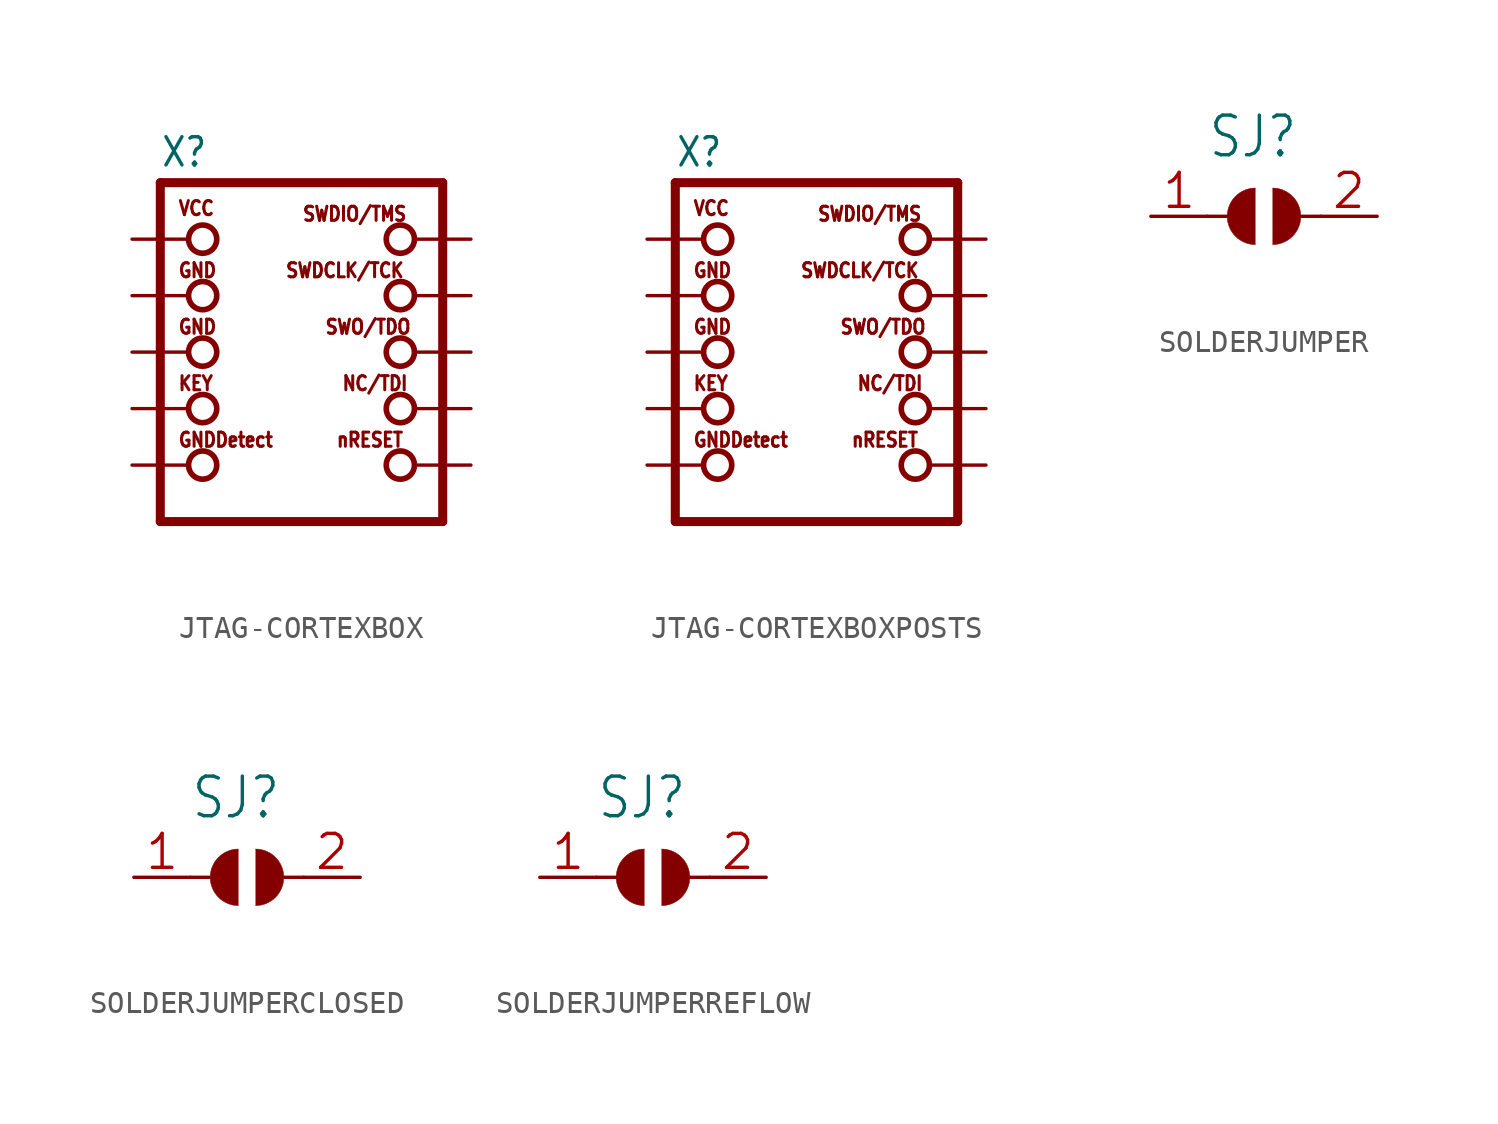
<source format=kicad_sym>
(kicad_symbol_lib
  (version 20241209)
  (generator "kicad_symbol_editor")
  (generator_version "9.0")
  (symbol "JTAG-CORTEXBOX"
    (property "Reference" "X"
      (at -6.35 8.255 0)
      (effects (font (size 1.27 1.079)) (justify left bottom)))
    (property "Value" ""
      (at -6.35 -9.525 0)
      (effects (font (size 1.27 1.079)) (justify left bottom)))
    (property "ki_locked" ""
      (at 0 0 0)
      (effects (font (size 1.27 1.27))))
    (symbol "JTAG-CORTEXBOX_1_0"
      (polyline (pts (xy -6.35 7.62) (xy -6.35 -7.62)) (stroke (width 0.406) (type solid)) (fill (type none)))
      (polyline (pts (xy -6.35 7.62) (xy 6.35 7.62)) (stroke (width 0.406) (type solid)) (fill (type none)))
      (circle (center -4.445 5.08) (radius 0.635) (stroke (width 0.254) (type solid)) (fill (type none)))
      (circle (center -4.445 2.54) (radius 0.635) (stroke (width 0.254) (type solid)) (fill (type none)))
      (circle (center -4.445 0) (radius 0.635) (stroke (width 0.254) (type solid)) (fill (type none)))
      (circle (center -4.445 -2.54) (radius 0.635) (stroke (width 0.254) (type solid)) (fill (type none)))
      (circle (center -4.445 -5.08) (radius 0.635) (stroke (width 0.254) (type solid)) (fill (type none)))
      (circle (center 4.445 5.08) (radius 0.635) (stroke (width 0.254) (type solid)) (fill (type none)))
      (circle (center 4.445 2.54) (radius 0.635) (stroke (width 0.254) (type solid)) (fill (type none)))
      (circle (center 4.445 0) (radius 0.635) (stroke (width 0.254) (type solid)) (fill (type none)))
      (circle (center 4.445 -2.54) (radius 0.635) (stroke (width 0.254) (type solid)) (fill (type none)))
      (circle (center 4.445 -5.08) (radius 0.635) (stroke (width 0.254) (type solid)) (fill (type none)))
      (polyline (pts (xy 6.35 -7.62) (xy -6.35 -7.62)) (stroke (width 0.406) (type solid)) (fill (type none)))
      (polyline (pts (xy 6.35 -7.62) (xy 6.35 7.62)) (stroke (width 0.406) (type solid)) (fill (type none)))
      (text "VCC" (at -5.588 6.096 0) (effects (font (size 0.635 0.54)) (justify left bottom)))
      (text "GND" (at -5.588 3.302 0) (effects (font (size 0.635 0.54)) (justify left bottom)))
      (text "GND" (at -5.588 0.762 0) (effects (font (size 0.635 0.54)) (justify left bottom)))
      (text "KEY" (at -5.588 -1.778 0) (effects (font (size 0.635 0.54)) (justify left bottom)))
      (text "GNDDetect" (at -5.588 -4.318 0) (effects (font (size 0.635 0.54)) (justify left bottom)))
      (text "SWDCLK/TCK" (at -0.762 3.302 0) (effects (font (size 0.635 0.54)) (justify left bottom)))
      (text "SWDIO/TMS" (at 0 5.842 0) (effects (font (size 0.635 0.54)) (justify left bottom)))
      (text "SWO/TDO" (at 1.016 0.762 0) (effects (font (size 0.635 0.54)) (justify left bottom)))
      (text "nRESET" (at 1.524 -4.318 0) (effects (font (size 0.635 0.54)) (justify left bottom)))
      (text "NC/TDI" (at 1.778 -1.778 0) (effects (font (size 0.635 0.54)) (justify left bottom)))
      (pin power_in line (at -7.62 5.08 0) (length 2.54) (name "VCC" (effects (font (size 0 0)))) (number "1" (effects (font (size 0 0)))))
      (pin power_in line (at -7.62 2.54 0) (length 2.54) (name "GND@1" (effects (font (size 0 0)))) (number "3" (effects (font (size 0 0)))))
      (pin power_in line (at -7.62 0 0) (length 2.54) (name "GND@2" (effects (font (size 0 0)))) (number "5" (effects (font (size 0 0)))))
      (pin bidirectional line (at -7.62 -2.54 0) (length 2.54) (name "KEY" (effects (font (size 0 0)))) (number "7" (effects (font (size 0 0)))))
      (pin bidirectional line (at -7.62 -5.08 0) (length 2.54) (name "GNDDETECT" (effects (font (size 0 0)))) (number "9" (effects (font (size 0 0)))))
      (pin bidirectional line (at 7.62 5.08 180) (length 2.54) (name "SWDIO" (effects (font (size 0 0)))) (number "2" (effects (font (size 0 0)))))
      (pin bidirectional line (at 7.62 2.54 180) (length 2.54) (name "SWDCLK" (effects (font (size 0 0)))) (number "4" (effects (font (size 0 0)))))
      (pin bidirectional line (at 7.62 0 180) (length 2.54) (name "SWO" (effects (font (size 0 0)))) (number "6" (effects (font (size 0 0)))))
      (pin bidirectional line (at 7.62 -2.54 180) (length 2.54) (name "TDI" (effects (font (size 0 0)))) (number "8" (effects (font (size 0 0)))))
      (pin bidirectional line (at 7.62 -5.08 180) (length 2.54) (name "NRESET" (effects (font (size 0 0)))) (number "10" (effects (font (size 0 0)))))))
  (symbol "JTAG-CORTEXBOXPOSTS"
    (property "Reference" "X"
      (at -6.35 8.255 0)
      (effects (font (size 1.27 1.079)) (justify left bottom)))
    (property "Value" ""
      (at -6.35 -9.525 0)
      (effects (font (size 1.27 1.079)) (justify left bottom)))
    (property "ki_locked" ""
      (at 0 0 0)
      (effects (font (size 1.27 1.27))))
    (symbol "JTAG-CORTEXBOXPOSTS_1_0"
      (polyline (pts (xy -6.35 7.62) (xy -6.35 -7.62)) (stroke (width 0.406) (type solid)) (fill (type none)))
      (polyline (pts (xy -6.35 7.62) (xy 6.35 7.62)) (stroke (width 0.406) (type solid)) (fill (type none)))
      (circle (center -4.445 5.08) (radius 0.635) (stroke (width 0.254) (type solid)) (fill (type none)))
      (circle (center -4.445 2.54) (radius 0.635) (stroke (width 0.254) (type solid)) (fill (type none)))
      (circle (center -4.445 0) (radius 0.635) (stroke (width 0.254) (type solid)) (fill (type none)))
      (circle (center -4.445 -2.54) (radius 0.635) (stroke (width 0.254) (type solid)) (fill (type none)))
      (circle (center -4.445 -5.08) (radius 0.635) (stroke (width 0.254) (type solid)) (fill (type none)))
      (circle (center 4.445 5.08) (radius 0.635) (stroke (width 0.254) (type solid)) (fill (type none)))
      (circle (center 4.445 2.54) (radius 0.635) (stroke (width 0.254) (type solid)) (fill (type none)))
      (circle (center 4.445 0) (radius 0.635) (stroke (width 0.254) (type solid)) (fill (type none)))
      (circle (center 4.445 -2.54) (radius 0.635) (stroke (width 0.254) (type solid)) (fill (type none)))
      (circle (center 4.445 -5.08) (radius 0.635) (stroke (width 0.254) (type solid)) (fill (type none)))
      (polyline (pts (xy 6.35 -7.62) (xy -6.35 -7.62)) (stroke (width 0.406) (type solid)) (fill (type none)))
      (polyline (pts (xy 6.35 -7.62) (xy 6.35 7.62)) (stroke (width 0.406) (type solid)) (fill (type none)))
      (text "VCC" (at -5.588 6.096 0) (effects (font (size 0.635 0.54)) (justify left bottom)))
      (text "GND" (at -5.588 3.302 0) (effects (font (size 0.635 0.54)) (justify left bottom)))
      (text "GND" (at -5.588 0.762 0) (effects (font (size 0.635 0.54)) (justify left bottom)))
      (text "KEY" (at -5.588 -1.778 0) (effects (font (size 0.635 0.54)) (justify left bottom)))
      (text "GNDDetect" (at -5.588 -4.318 0) (effects (font (size 0.635 0.54)) (justify left bottom)))
      (text "SWDCLK/TCK" (at -0.762 3.302 0) (effects (font (size 0.635 0.54)) (justify left bottom)))
      (text "SWDIO/TMS" (at 0 5.842 0) (effects (font (size 0.635 0.54)) (justify left bottom)))
      (text "SWO/TDO" (at 1.016 0.762 0) (effects (font (size 0.635 0.54)) (justify left bottom)))
      (text "nRESET" (at 1.524 -4.318 0) (effects (font (size 0.635 0.54)) (justify left bottom)))
      (text "NC/TDI" (at 1.778 -1.778 0) (effects (font (size 0.635 0.54)) (justify left bottom)))
      (pin power_in line (at -7.62 5.08 0) (length 2.54) (name "VCC" (effects (font (size 0 0)))) (number "1" (effects (font (size 0 0)))))
      (pin power_in line (at -7.62 2.54 0) (length 2.54) (name "GND@1" (effects (font (size 0 0)))) (number "3" (effects (font (size 0 0)))))
      (pin power_in line (at -7.62 0 0) (length 2.54) (name "GND@2" (effects (font (size 0 0)))) (number "5" (effects (font (size 0 0)))))
      (pin bidirectional line (at -7.62 -2.54 0) (length 2.54) (name "KEY" (effects (font (size 0 0)))) (number "7" (effects (font (size 0 0)))))
      (pin bidirectional line (at -7.62 -5.08 0) (length 2.54) (name "GNDDETECT" (effects (font (size 0 0)))) (number "9" (effects (font (size 0 0)))))
      (pin bidirectional line (at 7.62 5.08 180) (length 2.54) (name "SWDIO" (effects (font (size 0 0)))) (number "2" (effects (font (size 0 0)))))
      (pin bidirectional line (at 7.62 2.54 180) (length 2.54) (name "SWDCLK" (effects (font (size 0 0)))) (number "4" (effects (font (size 0 0)))))
      (pin bidirectional line (at 7.62 0 180) (length 2.54) (name "SWO" (effects (font (size 0 0)))) (number "6" (effects (font (size 0 0)))))
      (pin bidirectional line (at 7.62 -2.54 180) (length 2.54) (name "TDI" (effects (font (size 0 0)))) (number "8" (effects (font (size 0 0)))))
      (pin bidirectional line (at 7.62 -5.08 180) (length 2.54) (name "NRESET" (effects (font (size 0 0)))) (number "10" (effects (font (size 0 0)))))))
  (symbol "SOLDERJUMPER"
    (property "Reference" "SJ"
      (at -2.54 2.54 0)
      (effects (font (size 1.778 1.511)) (justify left bottom)))
    (property "Value" ""
      (at -2.54 -3.81 0)
      (effects (font (size 1.778 1.511)) (justify left bottom)))
    (property "ki_locked" ""
      (at 0 0 0)
      (effects (font (size 1.27 1.27))))
    (symbol "SOLDERJUMPER_1_0"
      (polyline (pts (xy -2.54 0) (xy -1.651 0)) (stroke (width 0.152) (type solid)) (fill (type none)))
      (arc (start -0.381 -1.27) (mid -1.651 0) (end -0.381 1.27) (stroke (width 0.0001) (type solid)) (fill (type outline)))
      (arc (start 0.381 1.27) (mid 1.651 0) (end 0.381 -1.27) (stroke (width 0.0001) (type solid)) (fill (type outline)))
      (polyline (pts (xy 2.54 0) (xy 1.651 0)) (stroke (width 0.152) (type solid)) (fill (type none)))
      (pin passive line (at -5.08 0 0) (length 2.54) (name "1" (effects (font (size 0 0)))) (number "1" (effects (font (size 1.524 1.524)))))
      (pin passive line (at 5.08 0 180) (length 2.54) (name "2" (effects (font (size 0 0)))) (number "2" (effects (font (size 1.524 1.524)))))))
  (symbol "SOLDERJUMPERCLOSED"
    (property "Reference" "SJ"
      (at -2.54 2.54 0)
      (effects (font (size 1.778 1.511)) (justify left bottom)))
    (property "Value" ""
      (at -2.54 -3.81 0)
      (effects (font (size 1.778 1.511)) (justify left bottom)))
    (property "ki_locked" ""
      (at 0 0 0)
      (effects (font (size 1.27 1.27))))
    (symbol "SOLDERJUMPERCLOSED_1_0"
      (polyline (pts (xy -2.54 0) (xy -1.651 0)) (stroke (width 0.152) (type solid)) (fill (type none)))
      (arc (start -0.381 -1.27) (mid -1.651 0) (end -0.381 1.27) (stroke (width 0.0001) (type solid)) (fill (type outline)))
      (arc (start 0.381 1.27) (mid 1.651 0) (end 0.381 -1.27) (stroke (width 0.0001) (type solid)) (fill (type outline)))
      (polyline (pts (xy 2.54 0) (xy 1.651 0)) (stroke (width 0.152) (type solid)) (fill (type none)))
      (pin passive line (at -5.08 0 0) (length 2.54) (name "1" (effects (font (size 0 0)))) (number "1" (effects (font (size 1.524 1.524)))))
      (pin passive line (at 5.08 0 180) (length 2.54) (name "2" (effects (font (size 0 0)))) (number "2" (effects (font (size 1.524 1.524)))))))
  (symbol "SOLDERJUMPERREFLOW"
    (property "Reference" "SJ"
      (at -2.54 2.54 0)
      (effects (font (size 1.778 1.511)) (justify left bottom)))
    (property "Value" ""
      (at -2.54 -3.81 0)
      (effects (font (size 1.778 1.511)) (justify left bottom)))
    (property "ki_locked" ""
      (at 0 0 0)
      (effects (font (size 1.27 1.27))))
    (symbol "SOLDERJUMPERREFLOW_1_0"
      (polyline (pts (xy -2.54 0) (xy -1.651 0)) (stroke (width 0.152) (type solid)) (fill (type none)))
      (arc (start -0.381 -1.27) (mid -1.651 0) (end -0.381 1.27) (stroke (width 0.0001) (type solid)) (fill (type outline)))
      (arc (start 0.381 1.27) (mid 1.651 0) (end 0.381 -1.27) (stroke (width 0.0001) (type solid)) (fill (type outline)))
      (polyline (pts (xy 2.54 0) (xy 1.651 0)) (stroke (width 0.152) (type solid)) (fill (type none)))
      (pin passive line (at -5.08 0 0) (length 2.54) (name "1" (effects (font (size 0 0)))) (number "1" (effects (font (size 1.524 1.524)))))
      (pin passive line (at 5.08 0 180) (length 2.54) (name "2" (effects (font (size 0 0)))) (number "2" (effects (font (size 1.524 1.524))))))))
</source>
